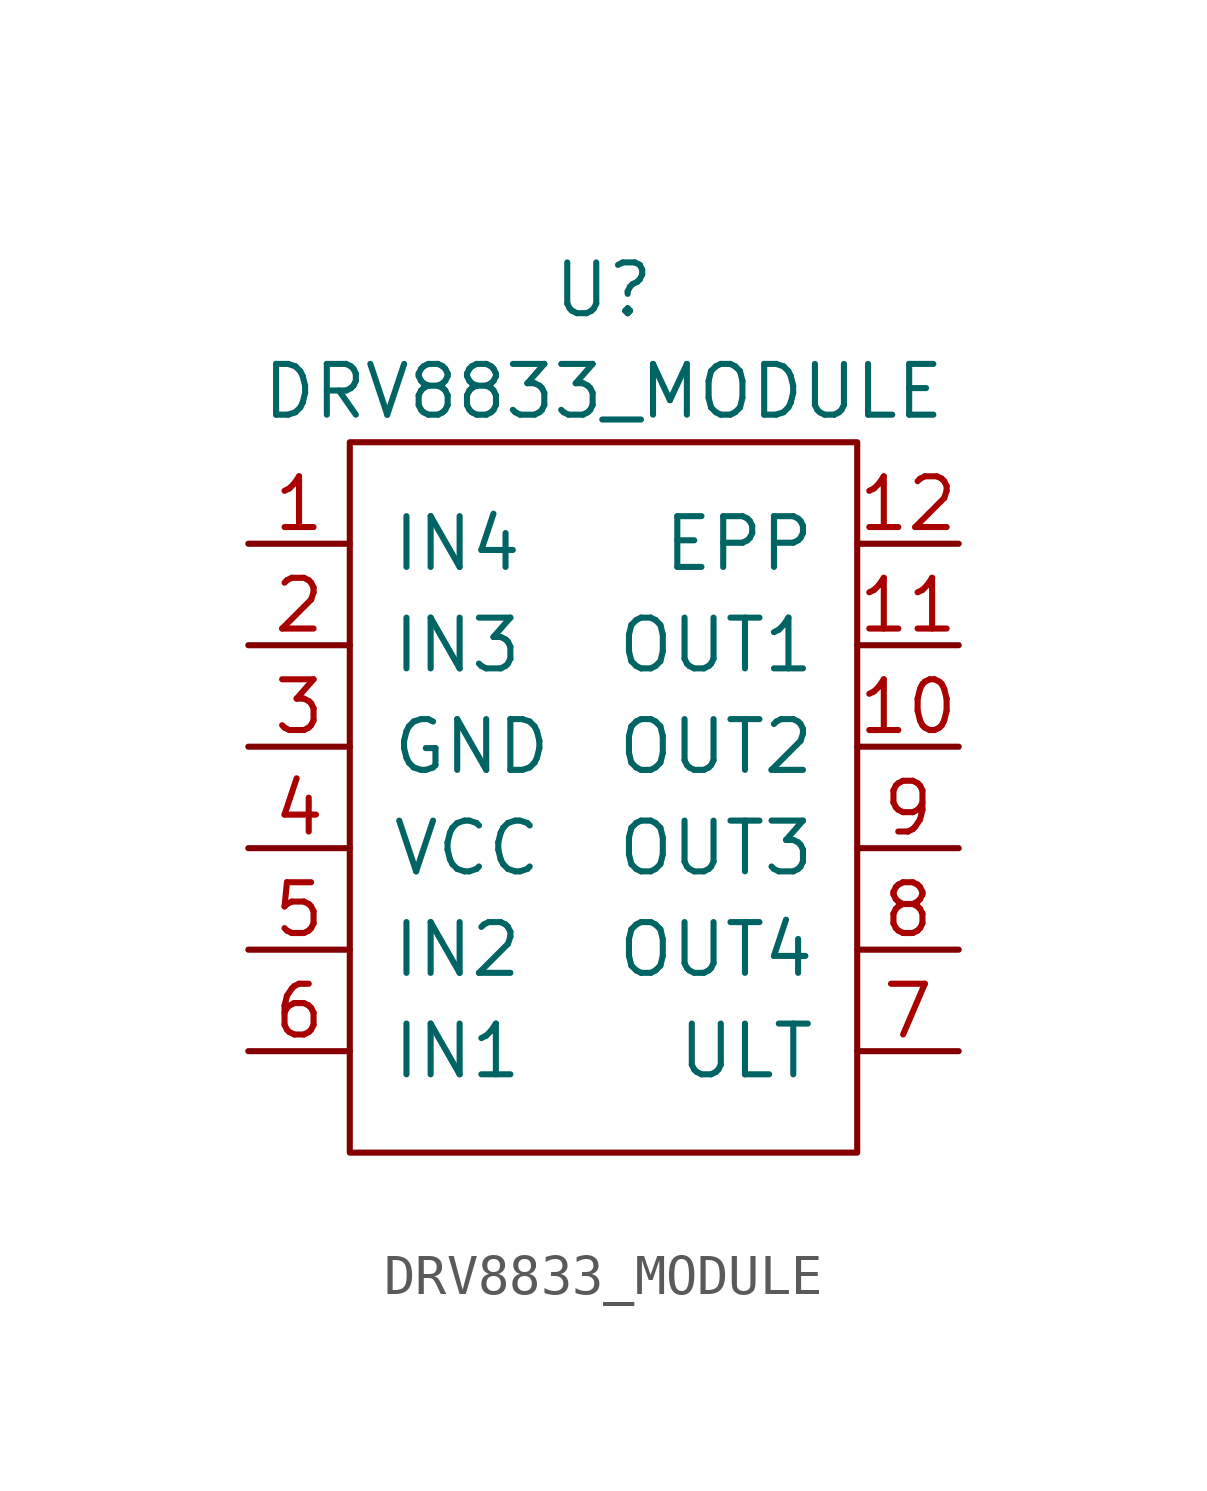
<source format=kicad_sym>
(kicad_symbol_lib
  (version 20211014)
  (generator kicad_symbol_editor)
  (symbol "DRV8833_MODULE"
    (pin_names
      (offset 1.016))
    (property "Reference" "U"
      (at 0 12.7 0)
      (effects (font (size 1.27 1.27))))
    (property "Value" "DRV8833_MODULE"
      (at 0 10.16 0)
      (effects (font (size 1.27 1.27))))
    (symbol "DRV8833_MODULE_0_1"
      (rectangle (start -6.35 8.89) (end 6.35 -8.89) (stroke (width 0) (type default) (color 0 0 0 0)) (fill (type none))))
    (symbol "DRV8833_MODULE_1_1"
      (pin input line (at -8.89 6.35 0) (length 2.54) (name "IN4" (effects (font (size 1.27 1.27)))) (number "1" (effects (font (size 1.27 1.27)))))
      (pin output line (at 8.89 1.27 180) (length 2.54) (name "OUT2" (effects (font (size 1.27 1.27)))) (number "10" (effects (font (size 1.27 1.27)))))
      (pin output line (at 8.89 3.81 180) (length 2.54) (name "OUT1" (effects (font (size 1.27 1.27)))) (number "11" (effects (font (size 1.27 1.27)))))
      (pin input line (at 8.89 6.35 180) (length 2.54) (name "EPP" (effects (font (size 1.27 1.27)))) (number "12" (effects (font (size 1.27 1.27)))))
      (pin input line (at -8.89 3.81 0) (length 2.54) (name "IN3" (effects (font (size 1.27 1.27)))) (number "2" (effects (font (size 1.27 1.27)))))
      (pin power_in line (at -8.89 1.27 0) (length 2.54) (name "GND" (effects (font (size 1.27 1.27)))) (number "3" (effects (font (size 1.27 1.27)))))
      (pin power_in line (at -8.89 -1.27 0) (length 2.54) (name "VCC" (effects (font (size 1.27 1.27)))) (number "4" (effects (font (size 1.27 1.27)))))
      (pin input line (at -8.89 -3.81 0) (length 2.54) (name "IN2" (effects (font (size 1.27 1.27)))) (number "5" (effects (font (size 1.27 1.27)))))
      (pin input line (at -8.89 -6.35 0) (length 2.54) (name "IN1" (effects (font (size 1.27 1.27)))) (number "6" (effects (font (size 1.27 1.27)))))
      (pin output line (at 8.89 -6.35 180) (length 2.54) (name "ULT" (effects (font (size 1.27 1.27)))) (number "7" (effects (font (size 1.27 1.27)))))
      (pin output line (at 8.89 -3.81 180) (length 2.54) (name "OUT4" (effects (font (size 1.27 1.27)))) (number "8" (effects (font (size 1.27 1.27)))))
      (pin output line (at 8.89 -1.27 180) (length 2.54) (name "OUT3" (effects (font (size 1.27 1.27)))) (number "9" (effects (font (size 1.27 1.27))))))))
</source>
